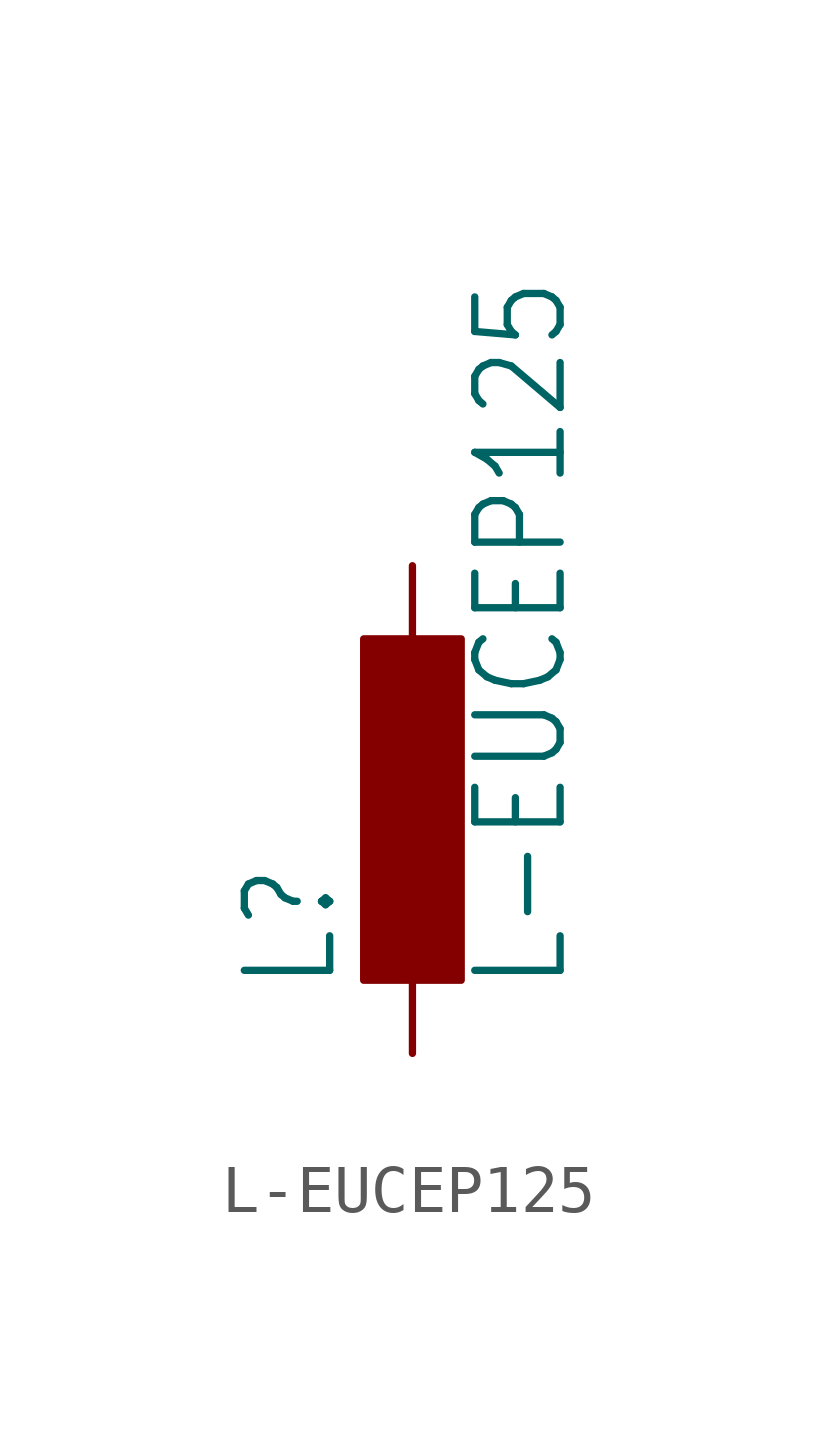
<source format=kicad_sym>
(kicad_symbol_lib
  (version 20211014)
  (generator kicad_symbol_editor)
  (symbol "L-EUCEP125"
    (property "Reference" "L"
      (at -1.499 -3.81 90)
      (effects (font (size 1.778 1.511)) (justify left bottom)))
    (property "Value" "L-EUCEP125"
      (at 3.302 -3.81 90)
      (effects (font (size 1.778 1.511)) (justify left bottom)))
    (property "ki_locked" ""
      (at 0 0 0)
      (effects (font (size 1.27 1.27))))
    (symbol "L-EUCEP125_1_0"
      (rectangle (start -1.016 -3.556) (end 1.016 3.556) (stroke (width 0) (type default) (color 0 0 0 0)) (fill (type outline)))
      (pin passive line (at 0 5.08 270) (length 2.54) (name "1" (effects (font (size 0 0)))) (number "1" (effects (font (size 0 0)))))
      (pin passive line (at 0 -5.08 90) (length 2.54) (name "2" (effects (font (size 0 0)))) (number "2" (effects (font (size 0 0))))))))
</source>
